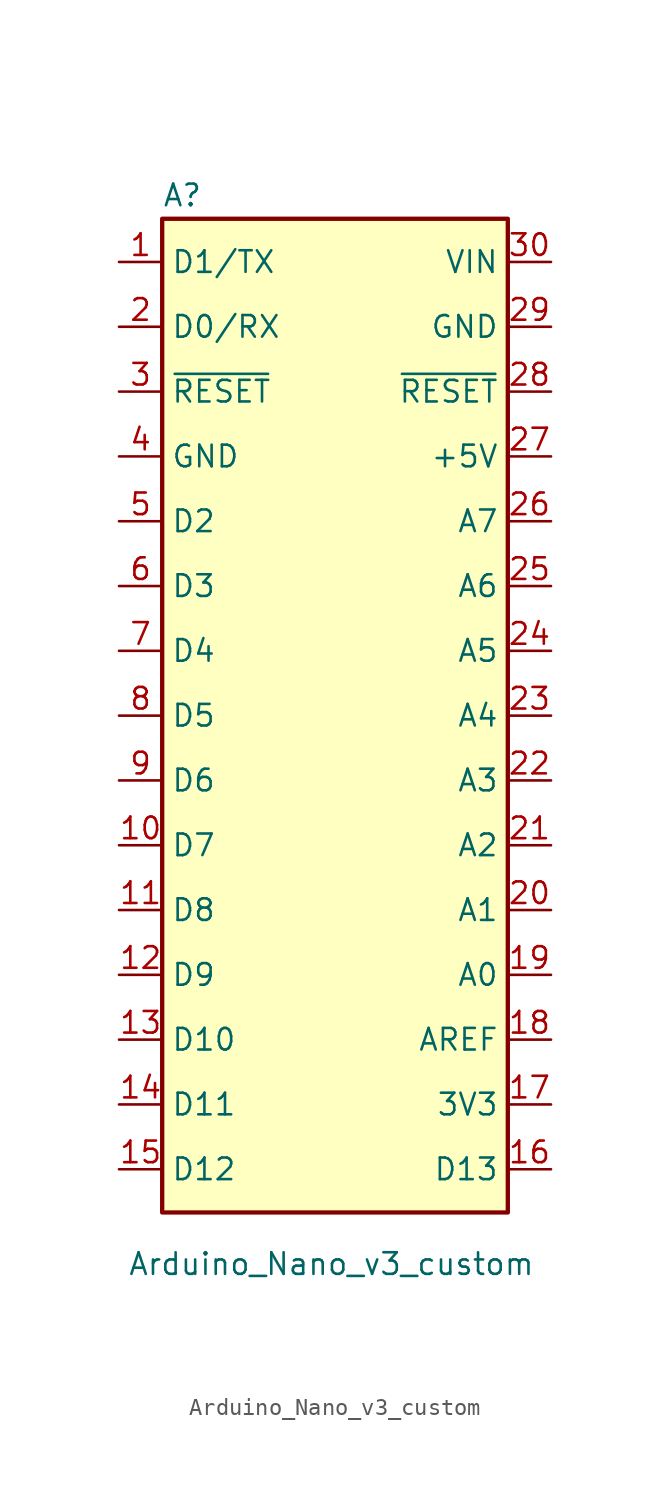
<source format=kicad_sym>
(kicad_symbol_lib
  (version 20231120)
  (generator "kicad_symbol_editor")
  (generator_version "8.0")
  (symbol "Arduino_Nano_v3_custom"
    (property "Reference" "A"
      (at -10.16 23.495 0)
      (effects (font (size 1.27 1.27)) (justify left bottom)))
    (property "Value" "Arduino_Nano_v3_custom"
      (at -12.192 -37.846 0)
      (effects (font (size 1.27 1.27)) (justify left top)))
    (symbol "Arduino_Nano_v3_custom_0_1"
      (rectangle (start -10.16 22.86) (end 10.16 -35.56) (stroke (width 0.254) (type default)) (fill (type background))))
    (symbol "Arduino_Nano_v3_custom_1_1"
      (pin bidirectional line (at -12.7 20.32 0) (length 2.54) (name "D1/TX" (effects (font (size 1.27 1.27)))) (number "1" (effects (font (size 1.27 1.27)))))
      (pin bidirectional line (at -12.7 -13.97 0) (length 2.54) (name "D7" (effects (font (size 1.27 1.27)))) (number "10" (effects (font (size 1.27 1.27)))))
      (pin bidirectional line (at -12.7 -17.78 0) (length 2.54) (name "D8" (effects (font (size 1.27 1.27)))) (number "11" (effects (font (size 1.27 1.27)))))
      (pin bidirectional line (at -12.7 -21.59 0) (length 2.54) (name "D9" (effects (font (size 1.27 1.27)))) (number "12" (effects (font (size 1.27 1.27)))))
      (pin bidirectional line (at -12.7 -25.4 0) (length 2.54) (name "D10" (effects (font (size 1.27 1.27)))) (number "13" (effects (font (size 1.27 1.27)))))
      (pin bidirectional line (at -12.7 -29.21 0) (length 2.54) (name "D11" (effects (font (size 1.27 1.27)))) (number "14" (effects (font (size 1.27 1.27)))))
      (pin bidirectional line (at -12.7 -33.02 0) (length 2.54) (name "D12" (effects (font (size 1.27 1.27)))) (number "15" (effects (font (size 1.27 1.27)))))
      (pin bidirectional line (at 12.7 -33.02 180) (length 2.54) (name "D13" (effects (font (size 1.27 1.27)))) (number "16" (effects (font (size 1.27 1.27)))))
      (pin power_out line (at 12.7 -29.21 180) (length 2.54) (name "3V3" (effects (font (size 1.27 1.27)))) (number "17" (effects (font (size 1.27 1.27)))))
      (pin input line (at 12.7 -25.4 180) (length 2.54) (name "AREF" (effects (font (size 1.27 1.27)))) (number "18" (effects (font (size 1.27 1.27)))))
      (pin bidirectional line (at 12.7 -21.59 180) (length 2.54) (name "A0" (effects (font (size 1.27 1.27)))) (number "19" (effects (font (size 1.27 1.27)))))
      (pin bidirectional line (at -12.7 16.51 0) (length 2.54) (name "D0/RX" (effects (font (size 1.27 1.27)))) (number "2" (effects (font (size 1.27 1.27)))))
      (pin bidirectional line (at 12.7 -17.78 180) (length 2.54) (name "A1" (effects (font (size 1.27 1.27)))) (number "20" (effects (font (size 1.27 1.27)))))
      (pin bidirectional line (at 12.7 -13.97 180) (length 2.54) (name "A2" (effects (font (size 1.27 1.27)))) (number "21" (effects (font (size 1.27 1.27)))))
      (pin bidirectional line (at 12.7 -10.16 180) (length 2.54) (name "A3" (effects (font (size 1.27 1.27)))) (number "22" (effects (font (size 1.27 1.27)))))
      (pin bidirectional line (at 12.7 -6.35 180) (length 2.54) (name "A4" (effects (font (size 1.27 1.27)))) (number "23" (effects (font (size 1.27 1.27)))))
      (pin bidirectional line (at 12.7 -2.54 180) (length 2.54) (name "A5" (effects (font (size 1.27 1.27)))) (number "24" (effects (font (size 1.27 1.27)))))
      (pin bidirectional line (at 12.7 1.27 180) (length 2.54) (name "A6" (effects (font (size 1.27 1.27)))) (number "25" (effects (font (size 1.27 1.27)))))
      (pin bidirectional line (at 12.7 5.08 180) (length 2.54) (name "A7" (effects (font (size 1.27 1.27)))) (number "26" (effects (font (size 1.27 1.27)))))
      (pin power_out line (at 12.7 8.89 180) (length 2.54) (name "+5V" (effects (font (size 1.27 1.27)))) (number "27" (effects (font (size 1.27 1.27)))))
      (pin input line (at 12.7 12.7 180) (length 2.54) (name "~{RESET}" (effects (font (size 1.27 1.27)))) (number "28" (effects (font (size 1.27 1.27)))))
      (pin power_in line (at 12.7 16.51 180) (length 2.54) (name "GND" (effects (font (size 1.27 1.27)))) (number "29" (effects (font (size 1.27 1.27)))))
      (pin input line (at -12.7 12.7 0) (length 2.54) (name "~{RESET}" (effects (font (size 1.27 1.27)))) (number "3" (effects (font (size 1.27 1.27)))))
      (pin power_in line (at 12.7 20.32 180) (length 2.54) (name "VIN" (effects (font (size 1.27 1.27)))) (number "30" (effects (font (size 1.27 1.27)))))
      (pin power_in line (at -12.7 8.89 0) (length 2.54) (name "GND" (effects (font (size 1.27 1.27)))) (number "4" (effects (font (size 1.27 1.27)))))
      (pin bidirectional line (at -12.7 5.08 0) (length 2.54) (name "D2" (effects (font (size 1.27 1.27)))) (number "5" (effects (font (size 1.27 1.27)))))
      (pin bidirectional line (at -12.7 1.27 0) (length 2.54) (name "D3" (effects (font (size 1.27 1.27)))) (number "6" (effects (font (size 1.27 1.27)))))
      (pin bidirectional line (at -12.7 -2.54 0) (length 2.54) (name "D4" (effects (font (size 1.27 1.27)))) (number "7" (effects (font (size 1.27 1.27)))))
      (pin bidirectional line (at -12.7 -6.35 0) (length 2.54) (name "D5" (effects (font (size 1.27 1.27)))) (number "8" (effects (font (size 1.27 1.27)))))
      (pin bidirectional line (at -12.7 -10.16 0) (length 2.54) (name "D6" (effects (font (size 1.27 1.27)))) (number "9" (effects (font (size 1.27 1.27))))))))
</source>
